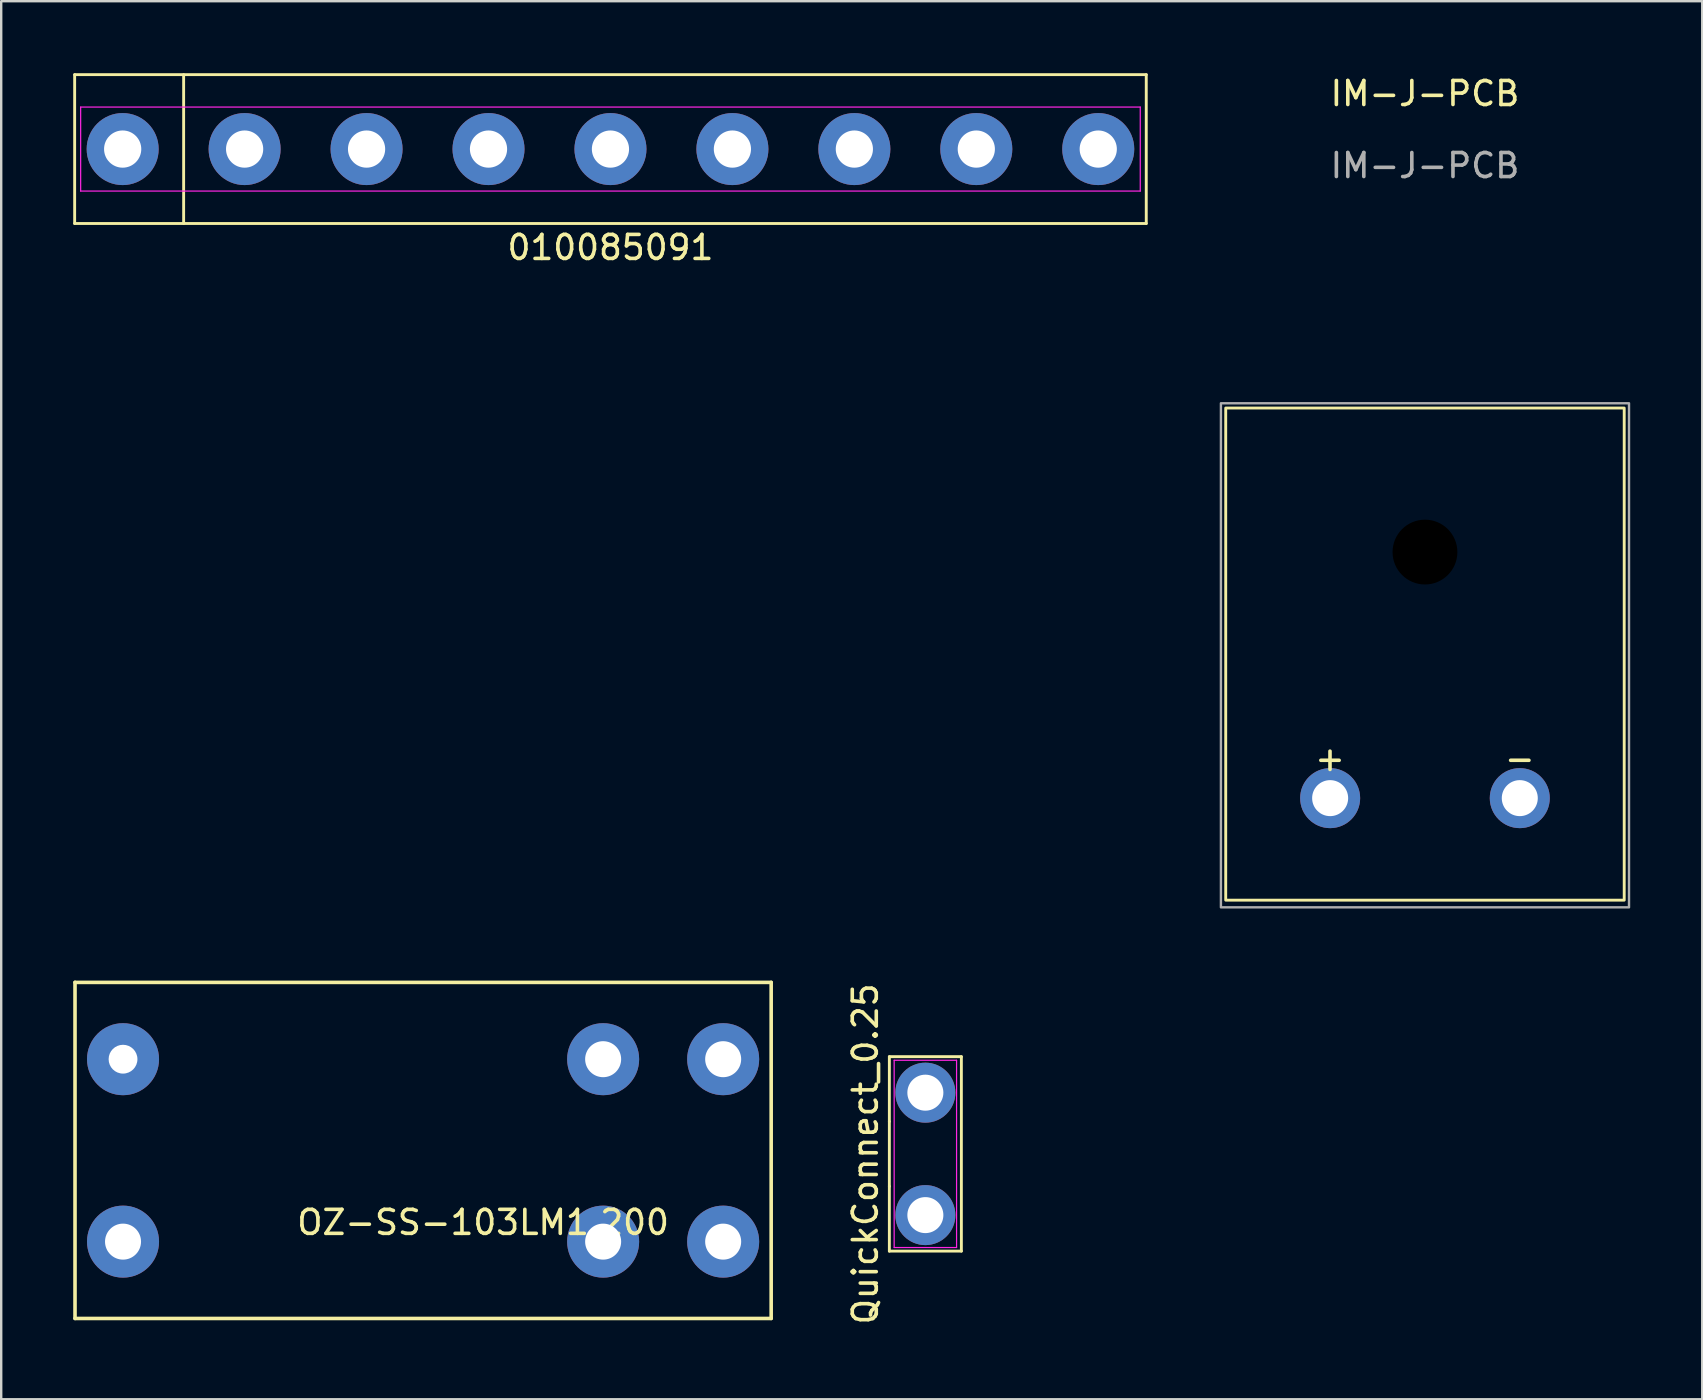
<source format=kicad_pcb>
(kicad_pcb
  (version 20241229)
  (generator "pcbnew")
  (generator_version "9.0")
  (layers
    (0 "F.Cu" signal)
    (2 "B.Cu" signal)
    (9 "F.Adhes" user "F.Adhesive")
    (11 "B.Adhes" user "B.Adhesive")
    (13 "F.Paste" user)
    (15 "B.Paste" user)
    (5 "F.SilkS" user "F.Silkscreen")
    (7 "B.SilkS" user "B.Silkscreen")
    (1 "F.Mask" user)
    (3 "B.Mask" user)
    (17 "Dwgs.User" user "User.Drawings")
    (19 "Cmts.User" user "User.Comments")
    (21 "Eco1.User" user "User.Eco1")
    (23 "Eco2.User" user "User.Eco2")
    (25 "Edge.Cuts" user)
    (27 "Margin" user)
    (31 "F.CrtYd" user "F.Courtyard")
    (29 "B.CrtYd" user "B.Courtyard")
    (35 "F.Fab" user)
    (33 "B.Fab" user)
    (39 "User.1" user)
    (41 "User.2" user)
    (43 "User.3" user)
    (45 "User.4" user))
  (footprint "010085091"
    (layer "F.Cu")
    (at 22.38 3.16)
    (property "Reference" "010085091" (at 0 4.1 0) (layer "F.SilkS") (effects (font (size 1 1) (thickness 0.15))))
    (attr through_hole)
    (fp_line (start -22.32 -3.1) (end 22.32 -3.1) (stroke (width 0.12) (type solid)) (layer "F.SilkS"))
    (fp_line (start -22.32 3.1) (end -22.32 -3.1) (stroke (width 0.12) (type solid)) (layer "F.SilkS"))
    (fp_line (start -17.78 -3.1) (end -17.78 3.1) (stroke (width 0.12) (type solid)) (layer "F.SilkS"))
    (fp_line (start 22.32 -3.1) (end 22.32 3.1) (stroke (width 0.12) (type solid)) (layer "F.SilkS"))
    (fp_line (start 22.32 3.1) (end -22.32 3.1) (stroke (width 0.12) (type solid)) (layer "F.SilkS"))
    (fp_line (start -22.07 -1.75) (end 22.07 -1.75) (stroke (width 0.05) (type solid)) (layer "F.CrtYd"))
    (fp_line (start -22.07 1.75) (end -22.07 -1.75) (stroke (width 0.05) (type solid)) (layer "F.CrtYd"))
    (fp_line (start 22.07 -1.75) (end 22.07 1.75) (stroke (width 0.05) (type solid)) (layer "F.CrtYd"))
    (fp_line (start 22.07 1.75) (end -22.07 1.75) (stroke (width 0.05) (type solid)) (layer "F.CrtYd"))
    (pad "1" thru_hole circle (at -20.32 0) (size 3 3) (drill 1.55) (layers "*.Cu" "*.Mask"))
    (pad "2" thru_hole circle (at -15.24 0) (size 3 3) (drill 1.55) (layers "*.Cu" "*.Mask"))
    (pad "3" thru_hole circle (at -10.16 0) (size 3 3) (drill 1.55) (layers "*.Cu" "*.Mask"))
    (pad "4" thru_hole circle (at -5.08 0) (size 3 3) (drill 1.55) (layers "*.Cu" "*.Mask"))
    (pad "5" thru_hole circle (at 0 0) (size 3 3) (drill 1.55) (layers "*.Cu" "*.Mask"))
    (pad "6" thru_hole circle (at 5.08 0) (size 3 3) (drill 1.55) (layers "*.Cu" "*.Mask"))
    (pad "7" thru_hole circle (at 10.16 0) (size 3 3) (drill 1.55) (layers "*.Cu" "*.Mask"))
    (pad "8" thru_hole circle (at 15.24 0) (size 3 3) (drill 1.55) (layers "*.Cu" "*.Mask"))
    (pad "9" thru_hole circle (at 20.32 0) (size 3 3) (drill 1.55) (layers "*.Cu" "*.Mask")))
  (footprint "OZ-SS-103LM1,200"
    (layer "F.Cu")
    (at 17.075 44.873)
    (property "Reference" "OZ-SS-103LM1,200" (at 0 3 0) (layer "F.SilkS") (effects (font (size 1 1) (thickness 0.15))))
    (attr through_hole)
    (fp_line (start -17 -7) (end -17 7) (stroke (width 0.15) (type solid)) (layer "F.SilkS"))
    (fp_line (start -17 7) (end 12 7) (stroke (width 0.15) (type solid)) (layer "F.SilkS"))
    (fp_line (start 12 -7) (end -17 -7) (stroke (width 0.15) (type solid)) (layer "F.SilkS"))
    (fp_line (start 12 -7) (end 12 7) (stroke (width 0.15) (type solid)) (layer "F.SilkS"))
    (pad "2" thru_hole circle (at -15 -3.8) (size 3 3) (drill 1.2) (layers "*.Cu" "*.Mask"))
    (pad "6" thru_hole circle (at -15 3.8) (size 3 3) (drill 1.5) (layers "*.Cu" "*.Mask"))
    (pad "8" thru_hole circle (at 10 -3.8) (size 3 3) (drill 1.5) (layers "*.Cu" "*.Mask"))
    (pad "8" thru_hole circle (at 10 3.8) (size 3 3) (drill 1.5) (layers "*.Cu" "*.Mask"))
    (pad "14" thru_hole circle (at 5 -3.8) (size 3 3) (drill 1.5) (layers "*.Cu" "*.Mask"))
    (pad "14" thru_hole circle (at 5 3.8) (size 3 3) (drill 1.5) (layers "*.Cu" "*.Mask")))
  (footprint "IM-J-PCB"
    (layer "F.Cu")
    (at 56.31 13.948)
    (property "Reference" "IM-J-PCB" (at 0 -13.1 0) (unlocked yes) (layer "F.SilkS") (effects (font (size 1 1) (thickness 0.15))))
    (attr through_hole)
    (fp_rect (start -8.3 0) (end 8.3 20.5) (stroke (width 0.12) (type solid)) (fill no) (layer "F.SilkS"))
    (fp_rect (start -8.5 -0.2) (end 8.5 20.8) (stroke (width 0.1) (type solid)) (fill no) (layer "F.Fab"))
    (fp_text user "+" (at -3.956 14.6 0) (unlocked yes) (layer "F.SilkS") (effects (font (size 1 1) (thickness 0.15))))
    (fp_text user "-" (at 3.95 14.6 0) (unlocked yes) (layer "F.SilkS") (effects (font (size 1 1) (thickness 0.15))))
    (fp_text user "${REFERENCE}" (at 0 -10.1 0) (unlocked yes) (layer "F.Fab") (effects (font (size 1 1) (thickness 0.15))))
    (pad "" np_thru_hole circle (at 0 6) (size 2.7 2.7) (drill 2.7) (layers "*.Mask"))
    (pad "1" thru_hole circle (at -3.95 16.25) (size 2.5 2.5) (drill 1.5) (layers "*.Cu" "*.Mask"))
    (pad "2" thru_hole circle (at 3.95 16.25) (size 2.5 2.5) (drill 1.5) (layers "*.Cu" "*.Mask")))
  (footprint "QuickConnect_0.25"
    (layer "F.Cu")
    (at 35.498 45.018)
    (property "Reference" "QuickConnect_0.25" (at -2.5 0 90) (layer "F.SilkS") (effects (font (size 1 1) (thickness 0.15))))
    (fp_line (start -1.5 -1.35) (end -1.5 1.35) (stroke (width 0.12) (type solid)) (layer "F.SilkS"))
    (fp_line (start -1.5 1.35) (end -1.5 4.05) (stroke (width 0.12) (type solid)) (layer "F.SilkS"))
    (fp_line (start -1.5 4.05) (end 1.5 4.05) (stroke (width 0.12) (type solid)) (layer "F.SilkS"))
    (fp_line (start -1.5 -4.05) (end -1.5 -1.35) (stroke (width 0.12) (type solid)) (layer "F.SilkS"))
    (fp_line (start 1.5 4.05) (end 1.5 -4.05) (stroke (width 0.12) (type solid)) (layer "F.SilkS"))
    (fp_line (start 1.5 -4.05) (end -1.5 -4.05) (stroke (width 0.12) (type solid)) (layer "F.SilkS"))
    (fp_line (start -1.3 -3.9) (end 1.3 -3.9) (stroke (width 0.05) (type solid)) (layer "F.CrtYd"))
    (fp_line (start -1.3 3.9) (end -1.3 -3.9) (stroke (width 0.05) (type solid)) (layer "F.CrtYd"))
    (fp_line (start 1.3 -3.9) (end 1.3 3.9) (stroke (width 0.05) (type solid)) (layer "F.CrtYd"))
    (fp_line (start 1.3 3.9) (end -1.3 3.9) (stroke (width 0.05) (type solid)) (layer "F.CrtYd"))
    (pad "1" thru_hole circle (at 0 -2.55) (size 2.5 2.5) (drill 1.5) (layers "*.Cu" "*.Mask"))
    (pad "1" thru_hole circle (at 0 2.55) (size 2.5 2.5) (drill 1.5) (layers "*.Cu" "*.Mask")))
  (gr_rect
    (start -3 -3)
    (end 67.86 55.239)
    (stroke (width 0.1) (type default))
    (fill no)
    (layer "Edge.Cuts")))
</source>
